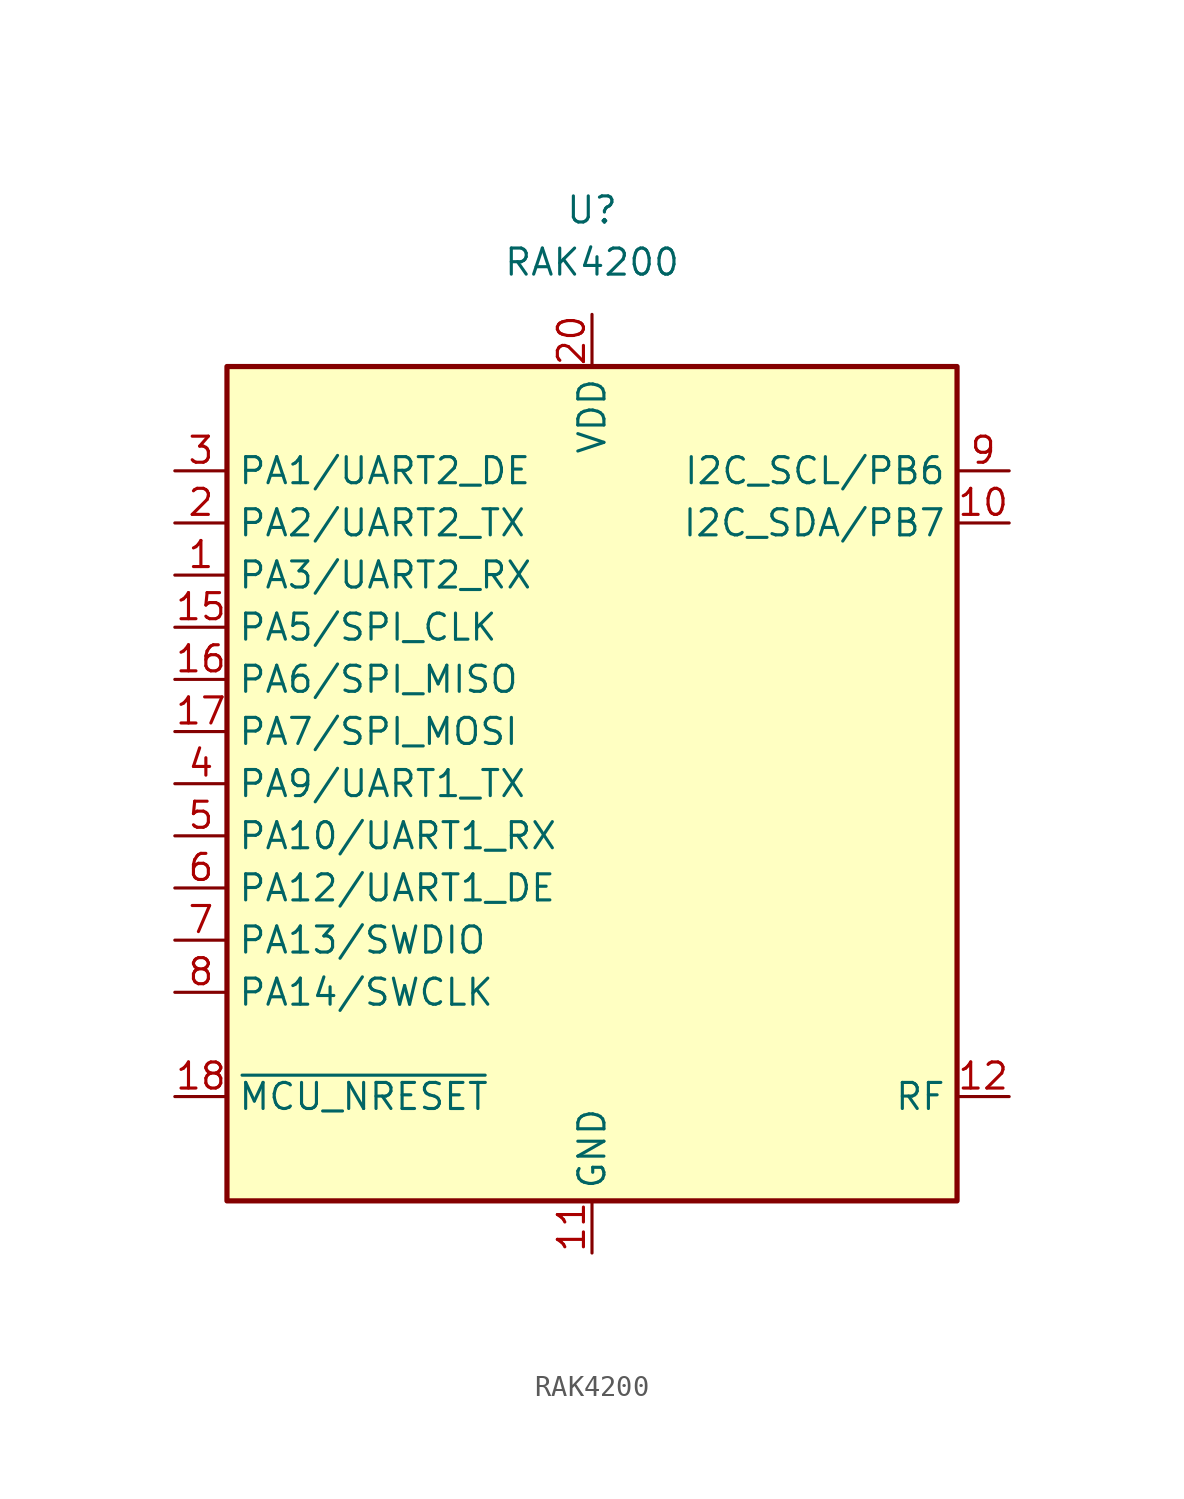
<source format=kicad_sym>
(kicad_symbol_lib
  (version 20201005)
  (generator kicad_symbol_editor)
  (symbol "RAK4200"
    (property "Reference" "U"
      (at 0 27.94 0)
      (effects (font (size 1.27 1.27))))
    (property "Value" "RAK4200"
      (at 0 25.4 0)
      (effects (font (size 1.27 1.27))))
    (symbol "RAK4200_0_1"
      (rectangle (start -17.78 20.32) (end 17.78 -20.32) (stroke (width 0.254)) (fill (type background))))
    (symbol "RAK4200_1_1"
      (pin bidirectional line (at -20.32 10.16 0) (length 2.54) (name "PA3/UART2_RX" (effects (font (size 1.27 1.27)))) (number "1" (effects (font (size 1.27 1.27)))))
      (pin bidirectional line (at 20.32 12.7 180) (length 2.54) (name "I2C_SDA/PB7" (effects (font (size 1.27 1.27)))) (number "10" (effects (font (size 1.27 1.27)))))
      (pin power_in line (at 0 -22.86 90) (length 2.54) (name "GND" (effects (font (size 1.27 1.27)))) (number "11" (effects (font (size 1.27 1.27)))))
      (pin passive line (at 20.32 -15.24 180) (length 2.54) (name "RF" (effects (font (size 1.27 1.27)))) (number "12" (effects (font (size 1.27 1.27)))))
      (pin passive line (at 0 -22.86 90) (length 2.54) hide (name "GND" (effects (font (size 1.27 1.27)))) (number "13" (effects (font (size 1.27 1.27)))))
      (pin passive line (at 0 -22.86 90) (length 2.54) hide (name "GND" (effects (font (size 1.27 1.27)))) (number "14" (effects (font (size 1.27 1.27)))))
      (pin bidirectional line (at -20.32 7.62 0) (length 2.54) (name "PA5/SPI_CLK" (effects (font (size 1.27 1.27)))) (number "15" (effects (font (size 1.27 1.27)))))
      (pin bidirectional line (at -20.32 5.08 0) (length 2.54) (name "PA6/SPI_MISO" (effects (font (size 1.27 1.27)))) (number "16" (effects (font (size 1.27 1.27)))))
      (pin bidirectional line (at -20.32 2.54 0) (length 2.54) (name "PA7/SPI_MOSI" (effects (font (size 1.27 1.27)))) (number "17" (effects (font (size 1.27 1.27)))))
      (pin bidirectional line (at -20.32 -15.24 0) (length 2.54) (name "~MCU_NRESET" (effects (font (size 1.27 1.27)))) (number "18" (effects (font (size 1.27 1.27)))))
      (pin passive line (at 0 -22.86 90) (length 2.54) hide (name "GND" (effects (font (size 1.27 1.27)))) (number "19" (effects (font (size 1.27 1.27)))))
      (pin bidirectional line (at -20.32 12.7 0) (length 2.54) (name "PA2/UART2_TX" (effects (font (size 1.27 1.27)))) (number "2" (effects (font (size 1.27 1.27)))))
      (pin power_in line (at 0 22.86 270) (length 2.54) (name "VDD" (effects (font (size 1.27 1.27)))) (number "20" (effects (font (size 1.27 1.27)))))
      (pin bidirectional line (at -20.32 15.24 0) (length 2.54) (name "PA1/UART2_DE" (effects (font (size 1.27 1.27)))) (number "3" (effects (font (size 1.27 1.27)))))
      (pin bidirectional line (at -20.32 0 0) (length 2.54) (name "PA9/UART1_TX" (effects (font (size 1.27 1.27)))) (number "4" (effects (font (size 1.27 1.27)))))
      (pin bidirectional line (at -20.32 -2.54 0) (length 2.54) (name "PA10/UART1_RX" (effects (font (size 1.27 1.27)))) (number "5" (effects (font (size 1.27 1.27)))))
      (pin bidirectional line (at -20.32 -5.08 0) (length 2.54) (name "PA12/UART1_DE" (effects (font (size 1.27 1.27)))) (number "6" (effects (font (size 1.27 1.27)))))
      (pin bidirectional line (at -20.32 -7.62 0) (length 2.54) (name "PA13/SWDIO" (effects (font (size 1.27 1.27)))) (number "7" (effects (font (size 1.27 1.27)))))
      (pin bidirectional line (at -20.32 -10.16 0) (length 2.54) (name "PA14/SWCLK" (effects (font (size 1.27 1.27)))) (number "8" (effects (font (size 1.27 1.27)))))
      (pin bidirectional line (at 20.32 15.24 180) (length 2.54) (name "I2C_SCL/PB6" (effects (font (size 1.27 1.27)))) (number "9" (effects (font (size 1.27 1.27))))))))
</source>
